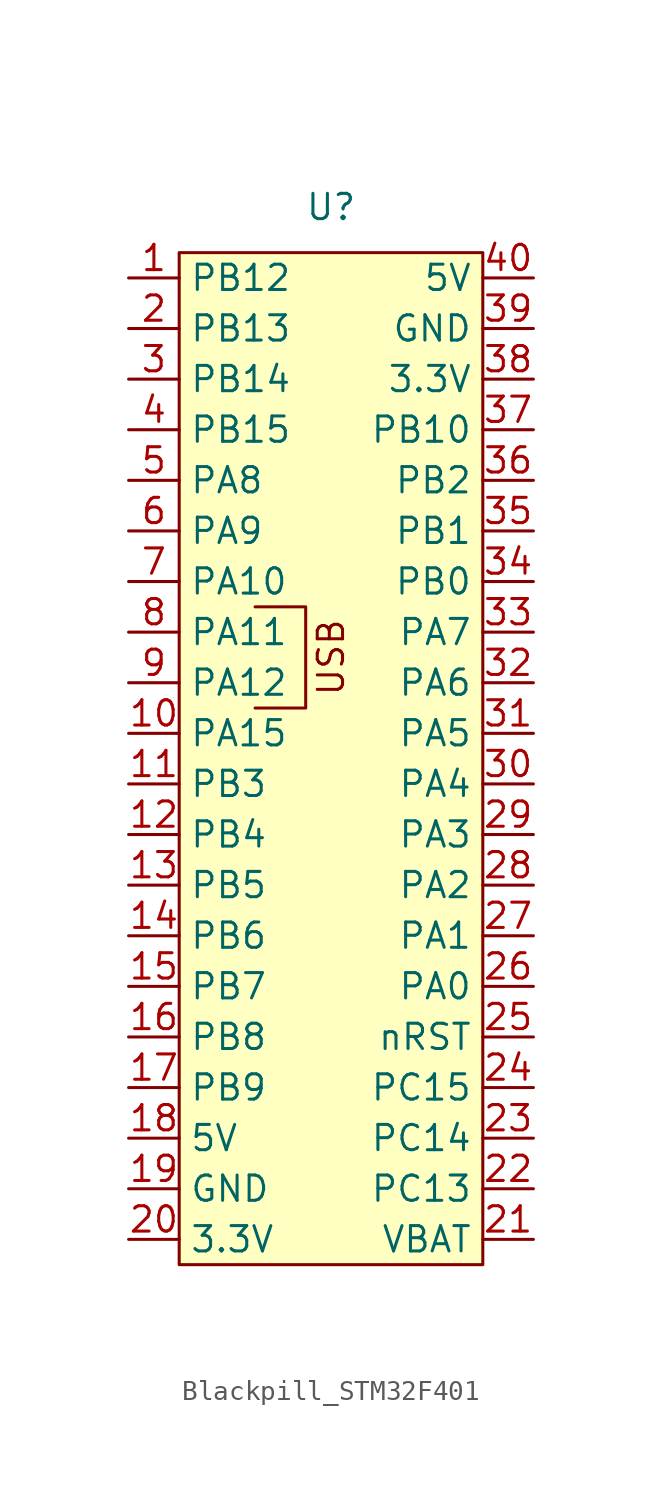
<source format=kicad_sym>
(kicad_symbol_lib
  (version 20231120)
  (generator "kicad_symbol_editor")
  (generator_version "8.0")
  (symbol "Blackpill_STM32F401"
    (property "Reference" "U"
      (at 0 27.686 0)
      (effects (font (size 1.27 1.27))))
    (property "Value" ""
      (at 0 0 0)
      (effects (font (size 1.27 1.27))))
    (symbol "Blackpill_STM32F401_0_1"
      (polyline (pts (xy -3.81 7.62) (xy -1.27 7.62) (xy -1.27 2.54) (xy -3.81 2.54)) (stroke (width 0) (type default)) (fill (type none))))
    (symbol "Blackpill_STM32F401_1_1"
      (rectangle (start -7.62 25.4) (end 7.62 -25.4) (stroke (width 0) (type default)) (fill (type background)))
      (text "USB" (at 0 5.08 900) (effects (font (size 1.27 1.27))))
      (pin input line (at -10.16 24.13 0) (length 2.54) (name "PB12" (effects (font (size 1.27 1.27)))) (number "1" (effects (font (size 1.27 1.27)))))
      (pin input line (at -10.16 1.27 0) (length 2.54) (name "PA15" (effects (font (size 1.27 1.27)))) (number "10" (effects (font (size 1.27 1.27)))))
      (pin input line (at -10.16 -1.27 0) (length 2.54) (name "PB3" (effects (font (size 1.27 1.27)))) (number "11" (effects (font (size 1.27 1.27)))))
      (pin input line (at -10.16 -3.81 0) (length 2.54) (name "PB4" (effects (font (size 1.27 1.27)))) (number "12" (effects (font (size 1.27 1.27)))))
      (pin input line (at -10.16 -6.35 0) (length 2.54) (name "PB5" (effects (font (size 1.27 1.27)))) (number "13" (effects (font (size 1.27 1.27)))))
      (pin input line (at -10.16 -8.89 0) (length 2.54) (name "PB6" (effects (font (size 1.27 1.27)))) (number "14" (effects (font (size 1.27 1.27)))))
      (pin input line (at -10.16 -11.43 0) (length 2.54) (name "PB7" (effects (font (size 1.27 1.27)))) (number "15" (effects (font (size 1.27 1.27)))))
      (pin input line (at -10.16 -13.97 0) (length 2.54) (name "PB8" (effects (font (size 1.27 1.27)))) (number "16" (effects (font (size 1.27 1.27)))))
      (pin input line (at -10.16 -16.51 0) (length 2.54) (name "PB9" (effects (font (size 1.27 1.27)))) (number "17" (effects (font (size 1.27 1.27)))))
      (pin power_in line (at -10.16 -19.05 0) (length 2.54) (name "5V" (effects (font (size 1.27 1.27)))) (number "18" (effects (font (size 1.27 1.27)))))
      (pin power_in line (at -10.16 -21.59 0) (length 2.54) (name "GND" (effects (font (size 1.27 1.27)))) (number "19" (effects (font (size 1.27 1.27)))))
      (pin input line (at -10.16 21.59 0) (length 2.54) (name "PB13" (effects (font (size 1.27 1.27)))) (number "2" (effects (font (size 1.27 1.27)))))
      (pin power_in line (at -10.16 -24.13 0) (length 2.54) (name "3.3V" (effects (font (size 1.27 1.27)))) (number "20" (effects (font (size 1.27 1.27)))))
      (pin power_in line (at 10.16 -24.13 180) (length 2.54) (name "VBAT" (effects (font (size 1.27 1.27)))) (number "21" (effects (font (size 1.27 1.27)))))
      (pin input line (at 10.16 -21.59 180) (length 2.54) (name "PC13" (effects (font (size 1.27 1.27)))) (number "22" (effects (font (size 1.27 1.27)))))
      (pin input line (at 10.16 -19.05 180) (length 2.54) (name "PC14" (effects (font (size 1.27 1.27)))) (number "23" (effects (font (size 1.27 1.27)))))
      (pin input line (at 10.16 -16.51 180) (length 2.54) (name "PC15" (effects (font (size 1.27 1.27)))) (number "24" (effects (font (size 1.27 1.27)))))
      (pin input line (at 10.16 -13.97 180) (length 2.54) (name "nRST" (effects (font (size 1.27 1.27)))) (number "25" (effects (font (size 1.27 1.27)))))
      (pin input line (at 10.16 -11.43 180) (length 2.54) (name "PA0" (effects (font (size 1.27 1.27)))) (number "26" (effects (font (size 1.27 1.27)))))
      (pin input line (at 10.16 -8.89 180) (length 2.54) (name "PA1" (effects (font (size 1.27 1.27)))) (number "27" (effects (font (size 1.27 1.27)))))
      (pin input line (at 10.16 -6.35 180) (length 2.54) (name "PA2" (effects (font (size 1.27 1.27)))) (number "28" (effects (font (size 1.27 1.27)))))
      (pin input line (at 10.16 -3.81 180) (length 2.54) (name "PA3" (effects (font (size 1.27 1.27)))) (number "29" (effects (font (size 1.27 1.27)))))
      (pin input line (at -10.16 19.05 0) (length 2.54) (name "PB14" (effects (font (size 1.27 1.27)))) (number "3" (effects (font (size 1.27 1.27)))))
      (pin input line (at 10.16 -1.27 180) (length 2.54) (name "PA4" (effects (font (size 1.27 1.27)))) (number "30" (effects (font (size 1.27 1.27)))))
      (pin input line (at 10.16 1.27 180) (length 2.54) (name "PA5" (effects (font (size 1.27 1.27)))) (number "31" (effects (font (size 1.27 1.27)))))
      (pin input line (at 10.16 3.81 180) (length 2.54) (name "PA6" (effects (font (size 1.27 1.27)))) (number "32" (effects (font (size 1.27 1.27)))))
      (pin input line (at 10.16 6.35 180) (length 2.54) (name "PA7" (effects (font (size 1.27 1.27)))) (number "33" (effects (font (size 1.27 1.27)))))
      (pin input line (at 10.16 8.89 180) (length 2.54) (name "PB0" (effects (font (size 1.27 1.27)))) (number "34" (effects (font (size 1.27 1.27)))))
      (pin input line (at 10.16 11.43 180) (length 2.54) (name "PB1" (effects (font (size 1.27 1.27)))) (number "35" (effects (font (size 1.27 1.27)))))
      (pin input line (at 10.16 13.97 180) (length 2.54) (name "PB2" (effects (font (size 1.27 1.27)))) (number "36" (effects (font (size 1.27 1.27)))))
      (pin input line (at 10.16 16.51 180) (length 2.54) (name "PB10" (effects (font (size 1.27 1.27)))) (number "37" (effects (font (size 1.27 1.27)))))
      (pin power_in line (at 10.16 19.05 180) (length 2.54) (name "3.3V" (effects (font (size 1.27 1.27)))) (number "38" (effects (font (size 1.27 1.27)))))
      (pin power_in line (at 10.16 21.59 180) (length 2.54) (name "GND" (effects (font (size 1.27 1.27)))) (number "39" (effects (font (size 1.27 1.27)))))
      (pin input line (at -10.16 16.51 0) (length 2.54) (name "PB15" (effects (font (size 1.27 1.27)))) (number "4" (effects (font (size 1.27 1.27)))))
      (pin power_in line (at 10.16 24.13 180) (length 2.54) (name "5V" (effects (font (size 1.27 1.27)))) (number "40" (effects (font (size 1.27 1.27)))))
      (pin input line (at -10.16 13.97 0) (length 2.54) (name "PA8" (effects (font (size 1.27 1.27)))) (number "5" (effects (font (size 1.27 1.27)))))
      (pin input line (at -10.16 11.43 0) (length 2.54) (name "PA9" (effects (font (size 1.27 1.27)))) (number "6" (effects (font (size 1.27 1.27)))))
      (pin input line (at -10.16 8.89 0) (length 2.54) (name "PA10" (effects (font (size 1.27 1.27)))) (number "7" (effects (font (size 1.27 1.27)))))
      (pin input line (at -10.16 6.35 0) (length 2.54) (name "PA11" (effects (font (size 1.27 1.27)))) (number "8" (effects (font (size 1.27 1.27)))))
      (pin input line (at -10.16 3.81 0) (length 2.54) (name "PA12" (effects (font (size 1.27 1.27)))) (number "9" (effects (font (size 1.27 1.27))))))))
</source>
